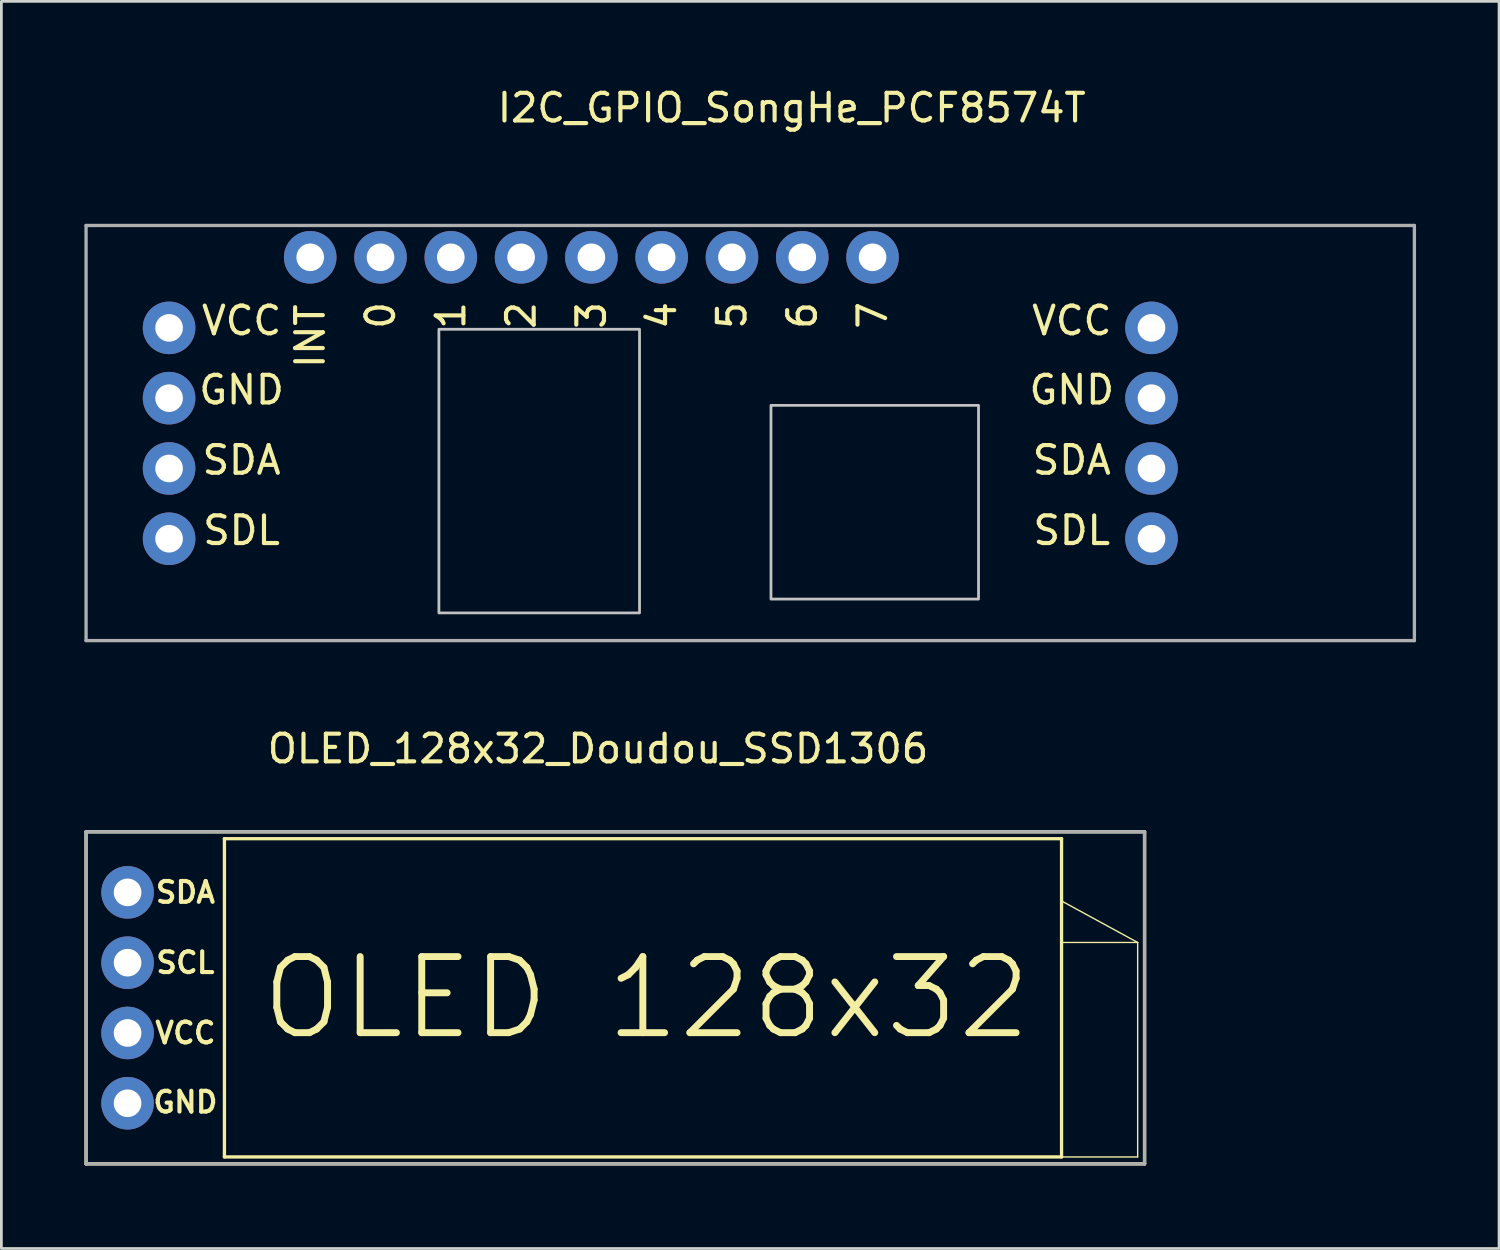
<source format=kicad_pcb>
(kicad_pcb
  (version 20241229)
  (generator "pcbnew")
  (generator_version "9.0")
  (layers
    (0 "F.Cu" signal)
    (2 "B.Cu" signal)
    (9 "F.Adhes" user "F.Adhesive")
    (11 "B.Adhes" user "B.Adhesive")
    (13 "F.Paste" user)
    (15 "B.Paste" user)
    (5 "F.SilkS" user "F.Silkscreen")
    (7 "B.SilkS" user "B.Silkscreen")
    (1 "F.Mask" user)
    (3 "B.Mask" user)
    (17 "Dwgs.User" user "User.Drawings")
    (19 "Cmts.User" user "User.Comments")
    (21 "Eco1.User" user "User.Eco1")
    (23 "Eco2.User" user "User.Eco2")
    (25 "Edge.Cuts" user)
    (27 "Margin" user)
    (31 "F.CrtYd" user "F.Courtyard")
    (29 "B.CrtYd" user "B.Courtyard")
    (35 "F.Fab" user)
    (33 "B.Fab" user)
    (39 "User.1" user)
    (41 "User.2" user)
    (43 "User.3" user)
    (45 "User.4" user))
  (footprint "OLED_128x32_Doudou_SSD1306"
    (layer "F.Cu")
    (at 19.06 33.007)
    (property "Reference" "OLED_128x32_Doudou_SSD1306" (at -0.5 -9 0) (layer "F.SilkS") (effects (font (size 1 1) (thickness 0.15))))
    (attr through_hole)
    (fp_line (start -19 -6) (end 19.25 -6) (stroke (width 0.12) (type solid)) (layer "F.SilkS"))
    (fp_line (start -19 6) (end -19 -6) (stroke (width 0.12) (type solid)) (layer "F.SilkS"))
    (fp_line (start -19 6) (end 19.25 6) (stroke (width 0.12) (type solid)) (layer "F.SilkS"))
    (fp_line (start -14 -5.75) (end -14 5.75) (stroke (width 0.12) (type solid)) (layer "F.SilkS"))
    (fp_line (start -14 5.75) (end 16.25 5.75) (stroke (width 0.12) (type solid)) (layer "F.SilkS"))
    (fp_line (start 16.25 -5.75) (end -14 -5.75) (stroke (width 0.12) (type solid)) (layer "F.SilkS"))
    (fp_line (start 16.25 -5.75) (end 16.25 5.75) (stroke (width 0.12) (type solid)) (layer "F.SilkS"))
    (fp_line (start 16.25 5.75) (end 19 5.75) (stroke (width 0.05) (type solid)) (layer "F.SilkS"))
    (fp_line (start 19 -2) (end 16.25 -3.5) (stroke (width 0.05) (type solid)) (layer "F.SilkS"))
    (fp_line (start 19 -2) (end 16.25 -2) (stroke (width 0.05) (type solid)) (layer "F.SilkS"))
    (fp_line (start 19 5.75) (end 19 -2) (stroke (width 0.05) (type solid)) (layer "F.SilkS"))
    (fp_line (start 19.25 -6) (end 19.25 6) (stroke (width 0.12) (type solid)) (layer "F.SilkS"))
    (fp_line (start -19 -6) (end 19.25 -6) (stroke (width 0.12) (type solid)) (layer "F.Fab"))
    (fp_line (start -19 6) (end -19 -6) (stroke (width 0.12) (type solid)) (layer "F.Fab"))
    (fp_line (start 19.25 -6) (end 19.25 6) (stroke (width 0.12) (type solid)) (layer "F.Fab"))
    (fp_line (start 19.25 6) (end -19 6) (stroke (width 0.12) (type solid)) (layer "F.Fab"))
    (fp_text user "OLED 128x32" (at 1.25 0 0) (layer "F.SilkS") (effects (font (size 2.75 2.75) (thickness 0.25))))
    (fp_text user "VCC" (at -15.41 1.27 180) (layer "F.SilkS") (effects (font (size 0.75 0.75) (thickness 0.15))))
    (fp_text user "SCL" (at -15.41 -1.27 180) (layer "F.SilkS") (effects (font (size 0.75 0.75) (thickness 0.15))))
    (fp_text user "GND" (at -15.41 3.77 180) (layer "F.SilkS") (effects (font (size 0.75 0.75) (thickness 0.15))))
    (fp_text user "SDA" (at -15.41 -3.81 180) (layer "F.SilkS") (effects (font (size 0.75 0.75) (thickness 0.15))))
    (pad "1" thru_hole circle (at -17.5 1.27 90) (size 1.9 1.9) (drill 1) (layers "*.Cu" "*.Mask"))
    (pad "2" thru_hole circle (at -17.5 3.81 90) (size 1.9 1.9) (drill 1) (layers "*.Cu" "*.Mask"))
    (pad "3" thru_hole circle (at -17.5 -3.81 90) (size 1.9 1.9) (drill 1) (layers "*.Cu" "*.Mask"))
    (pad "4" thru_hole circle (at -17.5 -1.27 90) (size 1.9 1.9) (drill 1) (layers "*.Cu" "*.Mask")))
  (footprint "I2C_GPIO_SongHe_PCF8574T"
    (layer "F.Cu")
    (at 24.06 5.098)
    (property "Reference" "I2C_GPIO_SongHe_PCF8574T" (at 1.5 -4.25 0) (layer "F.SilkS") (effects (font (size 1 1) (thickness 0.15))))
    (attr through_hole)
    (fp_poly (pts (xy -4 14) (xy -11.25 14) (xy -11.25 3.75) (xy -4 3.75)) (stroke (width 0.1) (type solid)) (fill no) (layer "Dwgs.User"))
    (fp_poly (pts (xy 8.25 13.5) (xy 0.75 13.5) (xy 0.75 6.5) (xy 8.25 6.5)) (stroke (width 0.1) (type solid)) (fill no) (layer "Dwgs.User"))
    (fp_line (start -24 0) (end -24 15) (stroke (width 0.12) (type solid)) (layer "F.Fab"))
    (fp_line (start 24 0) (end -24 0) (stroke (width 0.12) (type solid)) (layer "F.Fab"))
    (fp_line (start 24 15) (end -24 15) (stroke (width 0.12) (type solid)) (layer "F.Fab"))
    (fp_line (start 24 15) (end 24 0) (stroke (width 0.12) (type solid)) (layer "F.Fab"))
    (fp_text user "GND" (at 11.62 5.94 0) (layer "F.SilkS") (effects (font (size 1 1) (thickness 0.15))))
    (fp_text user "1" (at -10.82 3.25 90) (layer "F.SilkS") (effects (font (size 1 1) (thickness 0.15))))
    (fp_text user "INT" (at -15.9 4 90) (layer "F.SilkS") (effects (font (size 1 1) (thickness 0.15))))
    (fp_text user "3" (at -5.74 3.25 90) (layer "F.SilkS") (effects (font (size 1 1) (thickness 0.15))))
    (fp_text user "VCC" (at -18.38 3.44 0) (layer "F.SilkS") (effects (font (size 1 1) (thickness 0.15))))
    (fp_text user "2" (at -8.28 3.25 90) (layer "F.SilkS") (effects (font (size 1 1) (thickness 0.15))))
    (fp_text user "VCC" (at 11.62 3.44 0) (layer "F.SilkS") (effects (font (size 1 1) (thickness 0.15))))
    (fp_text user "0" (at -13.36 3.25 90) (layer "F.SilkS") (effects (font (size 1 1) (thickness 0.15))))
    (fp_text user "SDL" (at 11.62 11.02 0) (layer "F.SilkS") (effects (font (size 1 1) (thickness 0.15))))
    (fp_text user "SDA" (at 11.62 8.48 0) (layer "F.SilkS") (effects (font (size 1 1) (thickness 0.15))))
    (fp_text user "SDA" (at -18.38 8.48 0) (layer "F.SilkS") (effects (font (size 1 1) (thickness 0.15))))
    (fp_text user "5" (at -0.66 3.25 90) (layer "F.SilkS") (effects (font (size 1 1) (thickness 0.15))))
    (fp_text user "4" (at -3.2 3.25 90) (layer "F.SilkS") (effects (font (size 1 1) (thickness 0.15))))
    (fp_text user "7" (at 4.42 3.25 90) (layer "F.SilkS") (effects (font (size 1 1) (thickness 0.15))))
    (fp_text user "6" (at 1.88 3.25 90) (layer "F.SilkS") (effects (font (size 1 1) (thickness 0.15))))
    (fp_text user "SDL" (at -18.38 11.02 0) (layer "F.SilkS") (effects (font (size 1 1) (thickness 0.15))))
    (fp_text user "GND" (at -18.38 5.94 0) (layer "F.SilkS") (effects (font (size 1 1) (thickness 0.15))))
    (pad "0" thru_hole circle (at -15.9 1.15 270) (size 1.9 1.9) (drill 1) (layers "*.Cu" "*.Mask"))
    (pad "1" thru_hole circle (at -13.36 1.15 270) (size 1.9 1.9) (drill 1) (layers "*.Cu" "*.Mask"))
    (pad "2" thru_hole circle (at -10.82 1.15 270) (size 1.9 1.9) (drill 1) (layers "*.Cu" "*.Mask"))
    (pad "3" thru_hole circle (at -8.28 1.15 270) (size 1.9 1.9) (drill 1) (layers "*.Cu" "*.Mask"))
    (pad "4" thru_hole circle (at -5.74 1.15 270) (size 1.9 1.9) (drill 1) (layers "*.Cu" "*.Mask"))
    (pad "5" thru_hole circle (at -3.2 1.15 270) (size 1.9 1.9) (drill 1) (layers "*.Cu" "*.Mask"))
    (pad "6" thru_hole circle (at -0.66 1.15 270) (size 1.9 1.9) (drill 1) (layers "*.Cu" "*.Mask"))
    (pad "7" thru_hole circle (at 1.88 1.15 270) (size 1.9 1.9) (drill 1) (layers "*.Cu" "*.Mask"))
    (pad "8" thru_hole circle (at 4.42 1.15 270) (size 1.9 1.9) (drill 1) (layers "*.Cu" "*.Mask"))
    (pad "9" thru_hole circle (at -21 3.7 270) (size 1.9 1.9) (drill 1) (layers "*.Cu" "*.Mask"))
    (pad "10" thru_hole circle (at -21 6.24 270) (size 1.9 1.9) (drill 1) (layers "*.Cu" "*.Mask"))
    (pad "11" thru_hole circle (at -21 8.78 270) (size 1.9 1.9) (drill 1) (layers "*.Cu" "*.Mask"))
    (pad "12" thru_hole circle (at -21 11.32 270) (size 1.9 1.9) (drill 1) (layers "*.Cu" "*.Mask"))
    (pad "13" thru_hole circle (at 14.5 3.7 270) (size 1.9 1.9) (drill 1) (layers "*.Cu" "*.Mask"))
    (pad "14" thru_hole circle (at 14.5 6.24 270) (size 1.9 1.9) (drill 1) (layers "*.Cu" "*.Mask"))
    (pad "15" thru_hole circle (at 14.5 8.78 270) (size 1.9 1.9) (drill 1) (layers "*.Cu" "*.Mask"))
    (pad "16" thru_hole circle (at 14.5 11.32 270) (size 1.9 1.9) (drill 1) (layers "*.Cu" "*.Mask")))
  (gr_rect
    (start -3 -3)
    (end 51.12 42.066)
    (stroke (width 0.1) (type default))
    (fill no)
    (layer "Edge.Cuts")))
</source>
